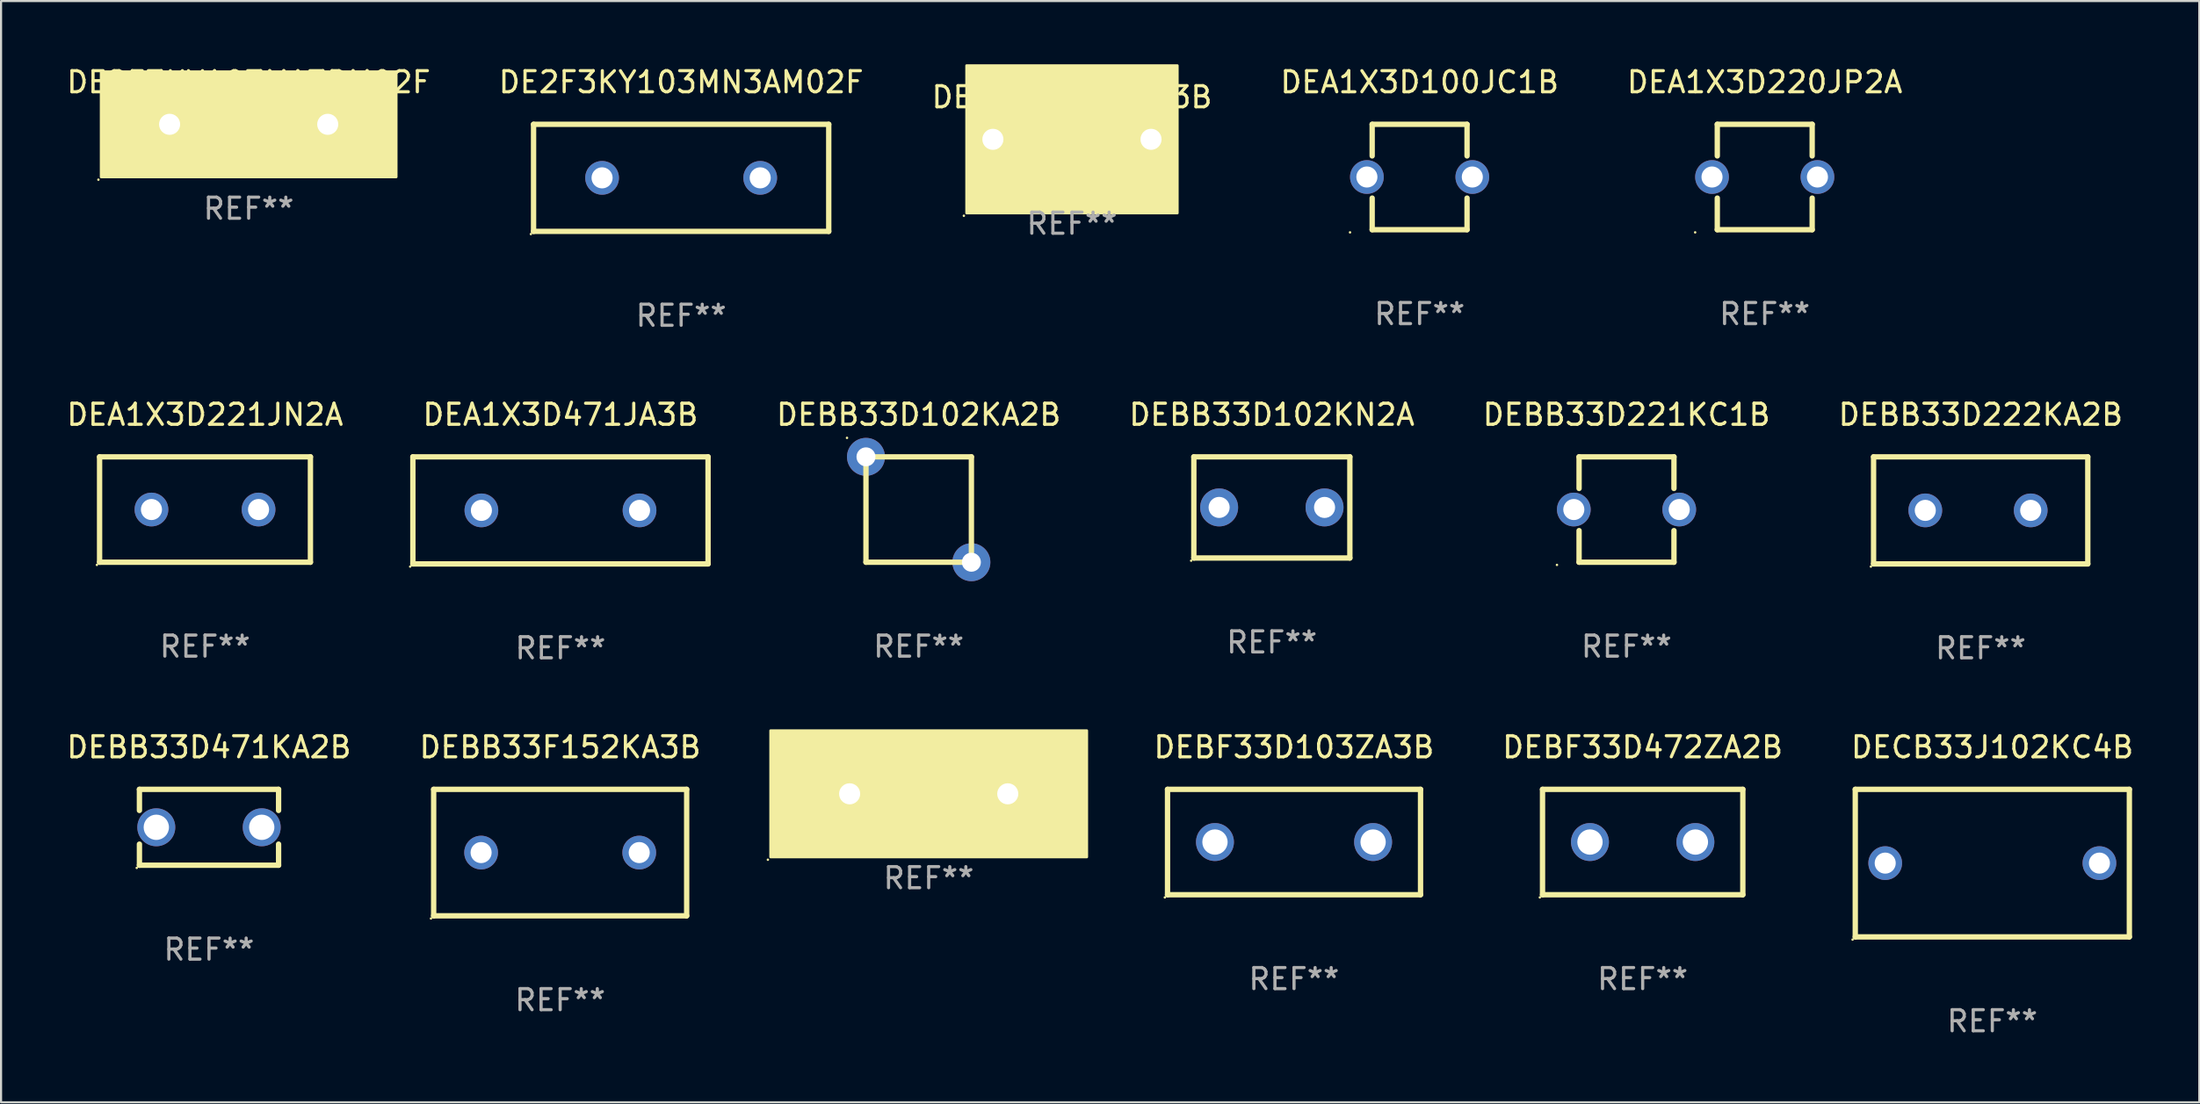
<source format=kicad_pcb>
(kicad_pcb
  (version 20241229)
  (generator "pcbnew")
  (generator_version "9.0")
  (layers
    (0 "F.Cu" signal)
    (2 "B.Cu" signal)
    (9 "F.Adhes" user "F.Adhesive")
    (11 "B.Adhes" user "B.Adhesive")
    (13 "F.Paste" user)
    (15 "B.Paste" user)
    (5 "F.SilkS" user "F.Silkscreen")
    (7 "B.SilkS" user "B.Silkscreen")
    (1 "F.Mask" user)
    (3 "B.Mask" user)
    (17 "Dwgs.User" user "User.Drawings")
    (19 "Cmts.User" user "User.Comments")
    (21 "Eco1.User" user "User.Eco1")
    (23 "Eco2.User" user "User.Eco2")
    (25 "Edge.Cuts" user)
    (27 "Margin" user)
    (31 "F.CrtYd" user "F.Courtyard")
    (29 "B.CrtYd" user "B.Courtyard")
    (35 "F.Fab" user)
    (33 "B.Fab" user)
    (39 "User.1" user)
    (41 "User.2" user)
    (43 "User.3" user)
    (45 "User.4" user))
  (footprint "DEBB33D222KA2B"
    (layer "F.Cu")
    (at 90.891 21.165)
    (property "Reference" "DEBB33D222KA2B" (at 0 -4.54 0) (layer "F.SilkS") (effects (font (size 1 1) (thickness 0.15))))
    (attr through_hole)
    (fp_line (start -5.08 -2.54) (end 5.08 -2.54) (stroke (width 0.254) (type solid)) (layer "F.SilkS"))
    (fp_line (start -5.08 2.54) (end -5.08 -2.54) (stroke (width 0.254) (type solid)) (layer "F.SilkS"))
    (fp_line (start 5.08 -2.54) (end 5.08 2.54) (stroke (width 0.254) (type solid)) (layer "F.SilkS"))
    (fp_line (start 5.08 2.54) (end -5.08 2.54) (stroke (width 0.254) (type solid)) (layer "F.SilkS"))
    (fp_circle (center -5.207 2.667) (end -5.177 2.667) (stroke (width 0.06) (type solid)) (fill no) (layer "F.SilkS"))
    (fp_text user "REF**" (at 0 6.54 0) (layer "F.Fab") (effects (font (size 1 1) (thickness 0.15))))
    (pad "1" thru_hole circle (at -2.627 0) (size 1.6 1.6) (drill 1) (layers "*.Cu" "*.Mask"))
    (pad "2" thru_hole circle (at 2.373 0) (size 1.6 1.6) (drill 1) (layers "*.Cu" "*.Mask")))
  (footprint "DEBB33D102KN2A"
    (layer "F.Cu")
    (at 57.272 21.025)
    (property "Reference" "DEBB33D102KN2A" (at 0 -4.4 0) (layer "F.SilkS") (effects (font (size 1 1) (thickness 0.15))))
    (attr through_hole)
    (fp_line (start -3.7 -2.4) (end -3.7 2.4) (stroke (width 0.254) (type solid)) (layer "F.SilkS"))
    (fp_line (start -3.7 -2.4) (end 3.7 -2.4) (stroke (width 0.254) (type solid)) (layer "F.SilkS"))
    (fp_line (start -3.7 2.4) (end 3.7 2.4) (stroke (width 0.254) (type solid)) (layer "F.SilkS"))
    (fp_line (start 3.7 -2.4) (end 3.7 2.4) (stroke (width 0.254) (type solid)) (layer "F.SilkS"))
    (fp_circle (center -3.827 2.527) (end -3.797 2.527) (stroke (width 0.06) (type solid)) (fill no) (layer "F.SilkS"))
    (fp_text user "REF**" (at 0 6.4 0) (layer "F.Fab") (effects (font (size 1 1) (thickness 0.15))))
    (pad "1" thru_hole circle (at -2.5 0) (size 1.8 1.8) (drill 1) (layers "*.Cu" "*.Mask"))
    (pad "2" thru_hole circle (at 2.5 0) (size 1.8 1.8) (drill 1) (layers "*.Cu" "*.Mask")))
  (footprint "DE2F3KY103MN3AM02F"
    (layer "F.Cu")
    (at 29.256 5.388)
    (property "Reference" "DE2F3KY103MN3AM02F" (at 0 -4.54 0) (layer "F.SilkS") (effects (font (size 1 1) (thickness 0.15))))
    (attr through_hole)
    (fp_line (start -7 -2.54) (end 7 -2.54) (stroke (width 0.254) (type solid)) (layer "F.SilkS"))
    (fp_line (start -7 2.54) (end -7 -2.54) (stroke (width 0.254) (type solid)) (layer "F.SilkS"))
    (fp_line (start 7 -2.54) (end 7 2.54) (stroke (width 0.254) (type solid)) (layer "F.SilkS"))
    (fp_line (start 7 2.54) (end -7 2.54) (stroke (width 0.254) (type solid)) (layer "F.SilkS"))
    (fp_circle (center -7.127 2.667) (end -7.097 2.667) (stroke (width 0.06) (type solid)) (fill no) (layer "F.SilkS"))
    (fp_text user "REF**" (at 0 6.54 0) (layer "F.Fab") (effects (font (size 1 1) (thickness 0.15))))
    (pad "1" thru_hole circle (at -3.75 0) (size 1.6 1.6) (drill 1) (layers "*.Cu" "*.Mask"))
    (pad "2" thru_hole circle (at 3.75 0) (size 1.6 1.6) (drill 1) (layers "*.Cu" "*.Mask")))
  (footprint "DEBF33D103ZA3B"
    (layer "F.Cu")
    (at 58.324 36.901)
    (property "Reference" "DEBF33D103ZA3B" (at 0 -4.5 0) (layer "F.SilkS") (effects (font (size 1 1) (thickness 0.15))))
    (attr through_hole)
    (fp_line (start -6 -2.5) (end 6 -2.5) (stroke (width 0.254) (type solid)) (layer "F.SilkS"))
    (fp_line (start -6 2.5) (end -6 -2.5) (stroke (width 0.254) (type solid)) (layer "F.SilkS"))
    (fp_line (start 6 -2.5) (end 6 2.5) (stroke (width 0.254) (type solid)) (layer "F.SilkS"))
    (fp_line (start 6 2.5) (end -6 2.5) (stroke (width 0.254) (type solid)) (layer "F.SilkS"))
    (fp_circle (center -6.127 2.627) (end -6.097 2.627) (stroke (width 0.06) (type solid)) (fill no) (layer "F.SilkS"))
    (fp_text user "REF**" (at 0 6.5 0) (layer "F.Fab") (effects (font (size 1 1) (thickness 0.15))))
    (pad "1" thru_hole circle (at -3.75 0) (size 1.8 1.8) (drill 1.2) (layers "*.Cu" "*.Mask"))
    (pad "2" thru_hole circle (at 3.75 0) (size 1.8 1.8) (drill 1.2) (layers "*.Cu" "*.Mask")))
  (footprint "DEBB33F332KA3B"
    (layer "F.Cu")
    (at 40.997 34.613)
    (property "Reference" "DEBB33F332KA3B" (at 0 -2 0) (layer "F.SilkS") (effects (font (size 1 1) (thickness 0.15))))
    (attr through_hole)
    (fp_circle (center -7.627 3.127) (end -7.597 3.127) (stroke (width 0.06) (type solid)) (fill no) (layer "F.SilkS"))
    (fp_poly (pts (xy -7.5 -3) (xy 7.5 -3) (xy 7.5 3) (xy -7.5 3)) (stroke (width 0.12) (type solid)) (fill yes) (layer "F.SilkS"))
    (fp_text user "REF**" (at 0 4 0) (layer "F.Fab") (effects (font (size 1 1) (thickness 0.15))))
    (pad "1" thru_hole circle (at -3.75 0) (size 1.8 1.8) (drill 1) (layers "*.Cu" "*.Mask"))
    (pad "2" thru_hole circle (at 3.75 0) (size 1.8 1.8) (drill 1) (layers "*.Cu" "*.Mask")))
  (footprint "DEA1X3D471JA3B"
    (layer "F.Cu")
    (at 23.532 21.165)
    (property "Reference" "DEA1X3D471JA3B" (at 0 -4.54 0) (layer "F.SilkS") (effects (font (size 1 1) (thickness 0.15))))
    (attr through_hole)
    (fp_line (start -7 -2.54) (end 7 -2.54) (stroke (width 0.254) (type solid)) (layer "F.SilkS"))
    (fp_line (start -7 2.54) (end -7 -2.54) (stroke (width 0.254) (type solid)) (layer "F.SilkS"))
    (fp_line (start 7 -2.54) (end 7 2.54) (stroke (width 0.254) (type solid)) (layer "F.SilkS"))
    (fp_line (start 7 2.54) (end -7 2.54) (stroke (width 0.254) (type solid)) (layer "F.SilkS"))
    (fp_circle (center -7.127 2.667) (end -7.097 2.667) (stroke (width 0.06) (type solid)) (fill no) (layer "F.SilkS"))
    (fp_text user "REF**" (at 0 6.54 0) (layer "F.Fab") (effects (font (size 1 1) (thickness 0.15))))
    (pad "1" thru_hole circle (at -3.75 0) (size 1.6 1.6) (drill 1) (layers "*.Cu" "*.Mask"))
    (pad "2" thru_hole circle (at 3.75 0) (size 1.6 1.6) (drill 1) (layers "*.Cu" "*.Mask")))
  (footprint "DE6E3KJ332MA3B"
    (layer "F.Cu")
    (at 47.792 3.56)
    (property "Reference" "DE6E3KJ332MA3B" (at 0 -2 0) (layer "F.SilkS") (effects (font (size 1 1) (thickness 0.15))))
    (attr through_hole)
    (fp_circle (center -5.127 3.627) (end -5.097 3.627) (stroke (width 0.06) (type solid)) (fill no) (layer "F.SilkS"))
    (fp_poly (pts (xy -5 -3.5) (xy 5 -3.5) (xy 5 3.5) (xy -5 3.5)) (stroke (width 0.12) (type solid)) (fill yes) (layer "F.SilkS"))
    (fp_text user "REF**" (at 0 4 0) (layer "F.Fab") (effects (font (size 1 1) (thickness 0.15))))
    (pad "1" thru_hole circle (at -3.75 0) (size 1.8 1.8) (drill 1) (layers "*.Cu" "*.Mask"))
    (pad "2" thru_hole circle (at 3.75 0) (size 1.8 1.8) (drill 1) (layers "*.Cu" "*.Mask")))
  (footprint "DEA1X3D221JN2A"
    (layer "F.Cu")
    (at 6.673 21.125)
    (property "Reference" "DEA1X3D221JN2A" (at 0 -4.5 0) (layer "F.SilkS") (effects (font (size 1 1) (thickness 0.15))))
    (attr through_hole)
    (fp_line (start -5 -2.5) (end -5 2.5) (stroke (width 0.254) (type solid)) (layer "F.SilkS"))
    (fp_line (start -5 -2.5) (end 5 -2.5) (stroke (width 0.254) (type solid)) (layer "F.SilkS"))
    (fp_line (start -5 2.5) (end 5 2.5) (stroke (width 0.254) (type solid)) (layer "F.SilkS"))
    (fp_line (start 5 -2.5) (end 5 2.5) (stroke (width 0.254) (type solid)) (layer "F.SilkS"))
    (fp_circle (center -5.127 2.627) (end -5.097 2.627) (stroke (width 0.06) (type solid)) (fill no) (layer "F.SilkS"))
    (fp_text user "REF**" (at 0 6.5 0) (layer "F.Fab") (effects (font (size 1 1) (thickness 0.15))))
    (pad "1" thru_hole circle (at -2.54 0) (size 1.6 1.6) (drill 1) (layers "*.Cu" "*.Mask"))
    (pad "2" thru_hole circle (at 2.54 0) (size 1.6 1.6) (drill 1) (layers "*.Cu" "*.Mask")))
  (footprint "DEBF33D472ZA2B"
    (layer "F.Cu")
    (at 74.86 36.901)
    (property "Reference" "DEBF33D472ZA2B" (at 0 -4.5 0) (layer "F.SilkS") (effects (font (size 1 1) (thickness 0.15))))
    (attr through_hole)
    (fp_line (start -4.75 -2.5) (end 4.75 -2.5) (stroke (width 0.254) (type solid)) (layer "F.SilkS"))
    (fp_line (start -4.75 2.5) (end -4.75 -2.5) (stroke (width 0.254) (type solid)) (layer "F.SilkS"))
    (fp_line (start 4.75 -2.5) (end 4.75 2.5) (stroke (width 0.254) (type solid)) (layer "F.SilkS"))
    (fp_line (start 4.75 2.5) (end -4.75 2.5) (stroke (width 0.254) (type solid)) (layer "F.SilkS"))
    (fp_circle (center -4.877 2.627) (end -4.847 2.627) (stroke (width 0.06) (type solid)) (fill no) (layer "F.SilkS"))
    (fp_text user "REF**" (at 0 6.5 0) (layer "F.Fab") (effects (font (size 1 1) (thickness 0.15))))
    (pad "1" thru_hole circle (at -2.5 0) (size 1.8 1.8) (drill 1.2) (layers "*.Cu" "*.Mask"))
    (pad "2" thru_hole circle (at 2.5 0) (size 1.8 1.8) (drill 1.2) (layers "*.Cu" "*.Mask")))
  (footprint "DEBB33D102KA2B"
    (layer "F.Cu")
    (at 40.522 21.125)
    (property "Reference" "DEBB33D102KA2B" (at 0 -4.5 0) (layer "F.SilkS") (effects (font (size 1 1) (thickness 0.15))))
    (attr through_hole)
    (fp_line (start -2.5 -2.5) (end 2.5 -2.5) (stroke (width 0.254) (type solid)) (layer "F.SilkS"))
    (fp_line (start -2.5 2.5) (end -2.5 -2.5) (stroke (width 0.254) (type solid)) (layer "F.SilkS"))
    (fp_line (start 2.5 -2.5) (end 2.5 2.5) (stroke (width 0.254) (type solid)) (layer "F.SilkS"))
    (fp_line (start 2.5 2.5) (end -2.5 2.5) (stroke (width 0.254) (type solid)) (layer "F.SilkS"))
    (fp_circle (center -3.4 -3.4) (end -3.37 -3.4) (stroke (width 0.06) (type solid)) (fill no) (layer "F.SilkS"))
    (fp_text user "REF**" (at 0 6.5 0) (layer "F.Fab") (effects (font (size 1 1) (thickness 0.15))))
    (pad "1" thru_hole circle (at -2.5 -2.5) (size 1.8 1.8) (drill 0.9) (layers "*.Cu" "*.Mask"))
    (pad "2" thru_hole circle (at 2.5 2.5) (size 1.8 1.8) (drill 0.9) (layers "*.Cu" "*.Mask")))
  (footprint "DEBB33D221KC1B"
    (layer "F.Cu")
    (at 74.094 21.125)
    (property "Reference" "DEBB33D221KC1B" (at 0 -4.5 0) (layer "F.SilkS") (effects (font (size 1 1) (thickness 0.15))))
    (attr through_hole)
    (fp_line (start -2.25 -2.5) (end -2.25 -1) (stroke (width 0.254) (type solid)) (layer "F.SilkS"))
    (fp_line (start -2.25 -2.5) (end 2.25 -2.5) (stroke (width 0.254) (type solid)) (layer "F.SilkS"))
    (fp_line (start -2.25 1) (end -2.25 2.5) (stroke (width 0.254) (type solid)) (layer "F.SilkS"))
    (fp_line (start 2.25 -2.5) (end 2.25 -1) (stroke (width 0.254) (type solid)) (layer "F.SilkS"))
    (fp_line (start 2.25 1) (end 2.25 2.5) (stroke (width 0.254) (type solid)) (layer "F.SilkS"))
    (fp_line (start 2.25 2.5) (end -2.25 2.5) (stroke (width 0.254) (type solid)) (layer "F.SilkS"))
    (fp_circle (center -3.3 2.627) (end -3.27 2.627) (stroke (width 0.06) (type solid)) (fill no) (layer "F.SilkS"))
    (fp_text user "REF**" (at 0 6.5 0) (layer "F.Fab") (effects (font (size 1 1) (thickness 0.15))))
    (pad "1" thru_hole circle (at -2.5 0) (size 1.6 1.6) (drill 1) (layers "*.Cu" "*.Mask"))
    (pad "2" thru_hole circle (at 2.5 0) (size 1.6 1.6) (drill 1) (layers "*.Cu" "*.Mask")))
  (footprint "DEA1X3D100JC1B"
    (layer "F.Cu")
    (at 64.28 5.348)
    (property "Reference" "DEA1X3D100JC1B" (at 0 -4.5 0) (layer "F.SilkS") (effects (font (size 1 1) (thickness 0.15))))
    (attr through_hole)
    (fp_line (start -2.25 -2.5) (end -2.25 -1) (stroke (width 0.254) (type solid)) (layer "F.SilkS"))
    (fp_line (start -2.25 -2.5) (end 2.25 -2.5) (stroke (width 0.254) (type solid)) (layer "F.SilkS"))
    (fp_line (start -2.25 1) (end -2.25 2.5) (stroke (width 0.254) (type solid)) (layer "F.SilkS"))
    (fp_line (start 2.25 -2.5) (end 2.25 -1) (stroke (width 0.254) (type solid)) (layer "F.SilkS"))
    (fp_line (start 2.25 1) (end 2.25 2.5) (stroke (width 0.254) (type solid)) (layer "F.SilkS"))
    (fp_line (start 2.25 2.5) (end -2.25 2.5) (stroke (width 0.254) (type solid)) (layer "F.SilkS"))
    (fp_circle (center -3.3 2.627) (end -3.27 2.627) (stroke (width 0.06) (type solid)) (fill no) (layer "F.SilkS"))
    (fp_text user "REF**" (at 0 6.5 0) (layer "F.Fab") (effects (font (size 1 1) (thickness 0.15))))
    (pad "1" thru_hole circle (at -2.5 0) (size 1.6 1.6) (drill 1) (layers "*.Cu" "*.Mask"))
    (pad "2" thru_hole circle (at 2.5 0) (size 1.6 1.6) (drill 1) (layers "*.Cu" "*.Mask")))
  (footprint "DEBB33F152KA3B"
    (layer "F.Cu")
    (at 23.518 37.401)
    (property "Reference" "DEBB33F152KA3B" (at 0 -5 0) (layer "F.SilkS") (effects (font (size 1 1) (thickness 0.15))))
    (attr through_hole)
    (fp_line (start -6 -3) (end 6 -3) (stroke (width 0.254) (type solid)) (layer "F.SilkS"))
    (fp_line (start -6 3) (end -6 -3) (stroke (width 0.254) (type solid)) (layer "F.SilkS"))
    (fp_line (start 6 -3) (end 6 3) (stroke (width 0.254) (type solid)) (layer "F.SilkS"))
    (fp_line (start 6 3) (end -6 3) (stroke (width 0.254) (type solid)) (layer "F.SilkS"))
    (fp_circle (center -6.127 3.127) (end -6.097 3.127) (stroke (width 0.06) (type solid)) (fill no) (layer "F.SilkS"))
    (fp_text user "REF**" (at 0 7 0) (layer "F.Fab") (effects (font (size 1 1) (thickness 0.15))))
    (pad "1" thru_hole circle (at -3.75 0) (size 1.6 1.6) (drill 1) (layers "*.Cu" "*.Mask"))
    (pad "2" thru_hole circle (at 3.75 0) (size 1.6 1.6) (drill 1) (layers "*.Cu" "*.Mask")))
  (footprint "DEBB33D471KA2B"
    (layer "F.Cu")
    (at 6.863 36.201)
    (property "Reference" "DEBB33D471KA2B" (at 0 -3.8 0) (layer "F.SilkS") (effects (font (size 1 1) (thickness 0.15))))
    (attr through_hole)
    (fp_line (start -3.3 -1.8) (end -3.3 -0.799) (stroke (width 0.254) (type solid)) (layer "F.SilkS"))
    (fp_line (start -3.3 -1.8) (end 3.3 -1.8) (stroke (width 0.254) (type solid)) (layer "F.SilkS"))
    (fp_line (start -3.3 0.799) (end -3.3 1.8) (stroke (width 0.254) (type solid)) (layer "F.SilkS"))
    (fp_line (start 3.3 1.8) (end -3.3 1.8) (stroke (width 0.254) (type solid)) (layer "F.SilkS"))
    (fp_line (start 3.3 -1.8) (end 3.3 -0.799) (stroke (width 0.254) (type solid)) (layer "F.SilkS"))
    (fp_line (start 3.3 0.799) (end 3.3 1.8) (stroke (width 0.254) (type solid)) (layer "F.SilkS"))
    (fp_circle (center -3.427 1.927) (end -3.397 1.927) (stroke (width 0.06) (type solid)) (fill no) (layer "F.SilkS"))
    (fp_text user "REF**" (at 0 5.8 0) (layer "F.Fab") (effects (font (size 1 1) (thickness 0.15))))
    (pad "1" thru_hole circle (at -2.5 0) (size 1.8 1.8) (drill 1.2) (layers "*.Cu" "*.Mask"))
    (pad "2" thru_hole circle (at 2.5 0) (size 1.8 1.8) (drill 1.2) (layers "*.Cu" "*.Mask")))
  (footprint "DEA1X3D220JP2A"
    (layer "F.Cu")
    (at 80.649 5.348)
    (property "Reference" "DEA1X3D220JP2A" (at 0 -4.5 0) (layer "F.SilkS") (effects (font (size 1 1) (thickness 0.15))))
    (attr through_hole)
    (fp_line (start -2.25 -2.5) (end -2.25 -1) (stroke (width 0.254) (type solid)) (layer "F.SilkS"))
    (fp_line (start -2.25 -2.5) (end 2.25 -2.5) (stroke (width 0.254) (type solid)) (layer "F.SilkS"))
    (fp_line (start -2.25 1) (end -2.25 2.5) (stroke (width 0.254) (type solid)) (layer "F.SilkS"))
    (fp_line (start 2.25 -2.5) (end 2.25 -1) (stroke (width 0.254) (type solid)) (layer "F.SilkS"))
    (fp_line (start 2.25 1) (end 2.25 2.5) (stroke (width 0.254) (type solid)) (layer "F.SilkS"))
    (fp_line (start 2.25 2.5) (end -2.25 2.5) (stroke (width 0.254) (type solid)) (layer "F.SilkS"))
    (fp_circle (center -3.3 2.627) (end -3.27 2.627) (stroke (width 0.06) (type solid)) (fill no) (layer "F.SilkS"))
    (fp_text user "REF**" (at 0 6.5 0) (layer "F.Fab") (effects (font (size 1 1) (thickness 0.15))))
    (pad "1" thru_hole circle (at -2.5 0) (size 1.6 1.6) (drill 1) (layers "*.Cu" "*.Mask"))
    (pad "2" thru_hole circle (at 2.5 0) (size 1.6 1.6) (drill 1) (layers "*.Cu" "*.Mask")))
  (footprint "DECB33J102KC4B"
    (layer "F.Cu")
    (at 91.443 37.901)
    (property "Reference" "DECB33J102KC4B" (at 0 -5.5 0) (layer "F.SilkS") (effects (font (size 1 1) (thickness 0.15))))
    (attr through_hole)
    (fp_line (start -6.5 -3.5) (end 6.5 -3.5) (stroke (width 0.254) (type solid)) (layer "F.SilkS"))
    (fp_line (start -6.5 3.5) (end -6.5 -3.5) (stroke (width 0.254) (type solid)) (layer "F.SilkS"))
    (fp_line (start 6.5 -3.5) (end 6.5 3.5) (stroke (width 0.254) (type solid)) (layer "F.SilkS"))
    (fp_line (start 6.5 3.5) (end -6.5 3.5) (stroke (width 0.254) (type solid)) (layer "F.SilkS"))
    (fp_circle (center -6.627 3.627) (end -6.597 3.627) (stroke (width 0.06) (type solid)) (fill no) (layer "F.SilkS"))
    (fp_text user "REF**" (at 0 7.5 0) (layer "F.Fab") (effects (font (size 1 1) (thickness 0.15))))
    (pad "1" thru_hole circle (at -5.08 -0.000127) (size 1.6 1.6) (drill 1) (layers "*.Cu" "*.Mask"))
    (pad "2" thru_hole circle (at 5.08 -0.000127) (size 1.6 1.6) (drill 1) (layers "*.Cu" "*.Mask")))
  (footprint "DE2F3KY103MA3BM02F"
    (layer "F.Cu")
    (at 8.744 2.848)
    (property "Reference" "DE2F3KY103MA3BM02F" (at 0 -2 0) (layer "F.SilkS") (effects (font (size 1 1) (thickness 0.15))))
    (attr through_hole)
    (fp_circle (center -7.127 2.627) (end -7.097 2.627) (stroke (width 0.06) (type solid)) (fill no) (layer "F.SilkS"))
    (fp_poly (pts (xy -7 -2.5) (xy 7 -2.5) (xy 7 2.5) (xy -7 2.5)) (stroke (width 0.12) (type solid)) (fill yes) (layer "F.SilkS"))
    (fp_text user "REF**" (at 0 4 0) (layer "F.Fab") (effects (font (size 1 1) (thickness 0.15))))
    (pad "1" thru_hole circle (at -3.75 0) (size 1.6 1.6) (drill 1) (layers "*.Cu" "*.Mask"))
    (pad "2" thru_hole circle (at 3.75 0) (size 1.6 1.6) (drill 1) (layers "*.Cu" "*.Mask")))
  (gr_rect
    (start -3 -3)
    (end 101.259 49.25)
    (stroke (width 0.1) (type default))
    (fill no)
    (layer "Edge.Cuts")))
</source>
